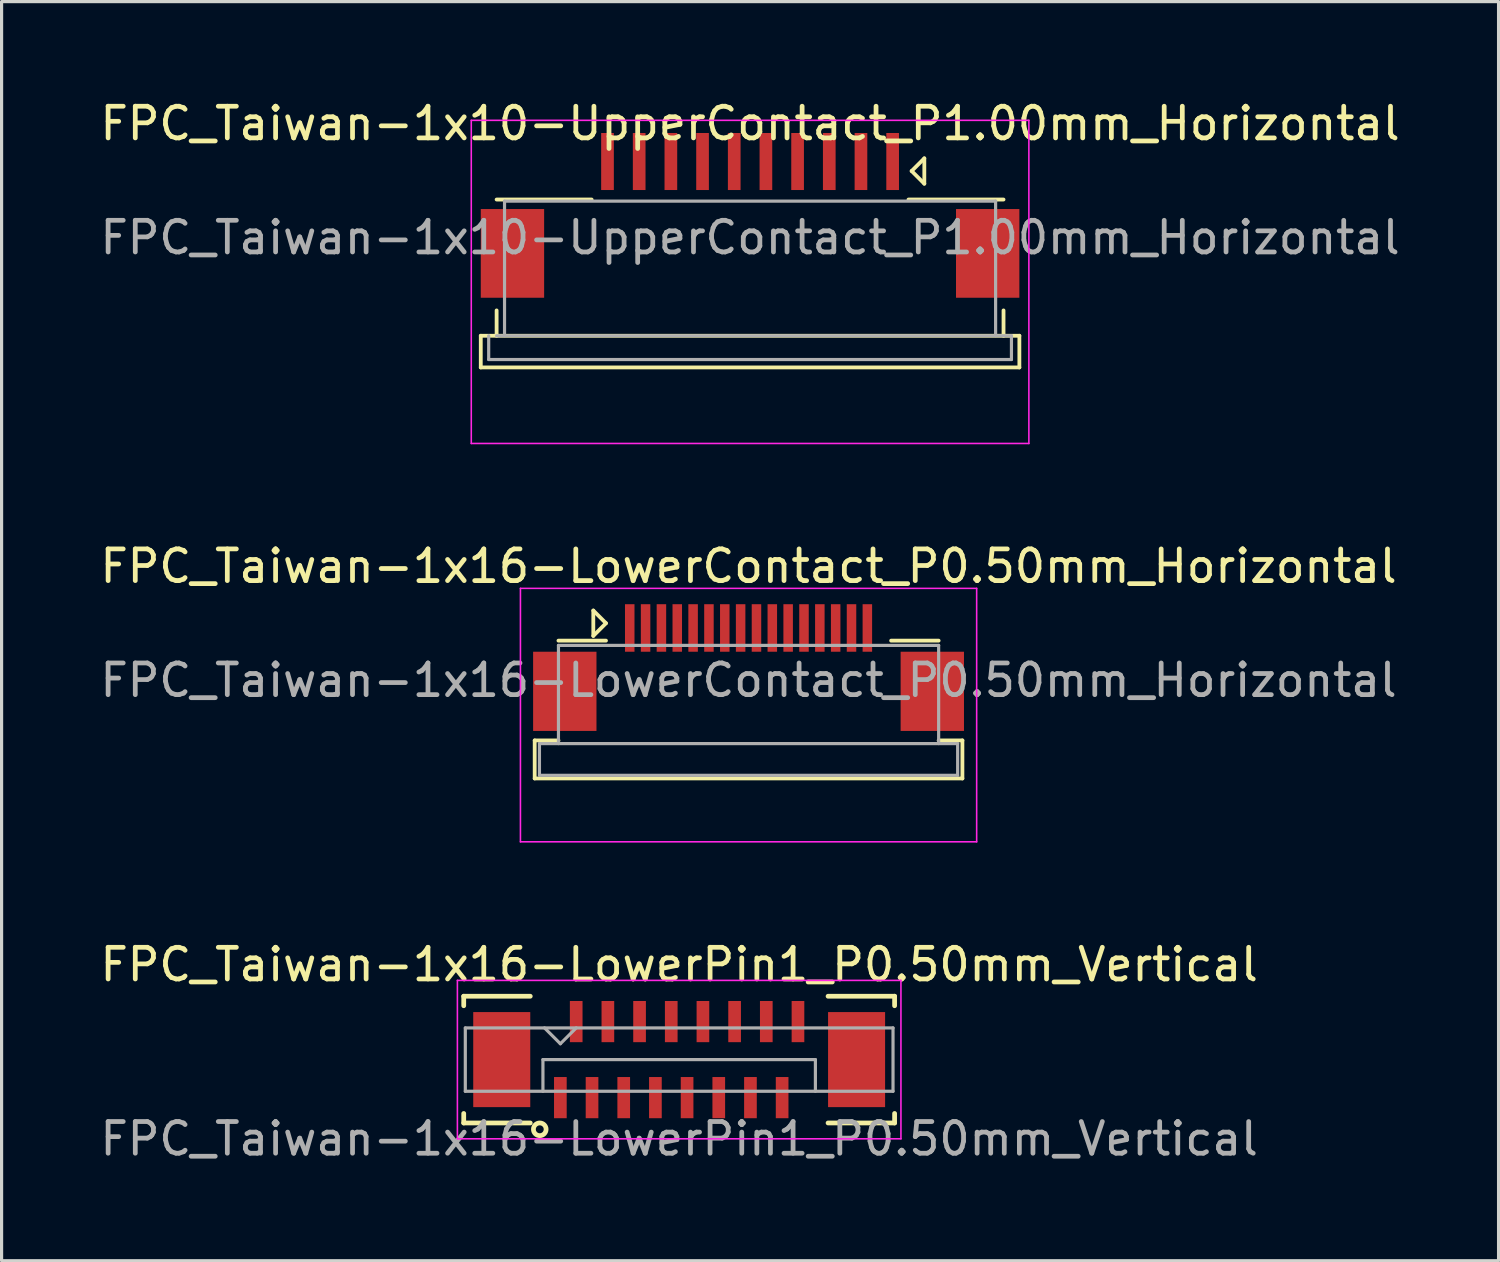
<source format=kicad_pcb>
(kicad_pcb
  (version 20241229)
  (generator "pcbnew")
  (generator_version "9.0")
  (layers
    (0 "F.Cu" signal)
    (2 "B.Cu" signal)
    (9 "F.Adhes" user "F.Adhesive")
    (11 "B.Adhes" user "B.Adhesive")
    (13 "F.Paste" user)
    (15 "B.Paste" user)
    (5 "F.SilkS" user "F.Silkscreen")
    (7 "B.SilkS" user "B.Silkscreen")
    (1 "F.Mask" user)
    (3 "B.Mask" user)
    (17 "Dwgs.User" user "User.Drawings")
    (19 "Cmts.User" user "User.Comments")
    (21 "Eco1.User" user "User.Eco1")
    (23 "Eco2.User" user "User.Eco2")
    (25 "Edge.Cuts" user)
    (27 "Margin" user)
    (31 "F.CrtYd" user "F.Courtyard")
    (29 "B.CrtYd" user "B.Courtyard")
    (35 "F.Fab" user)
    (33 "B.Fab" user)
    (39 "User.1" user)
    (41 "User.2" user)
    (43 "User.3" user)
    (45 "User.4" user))
  (footprint "FPC_Taiwan-1x16-LowerContact_P0.50mm_Horizontal"
    (layer "F.Cu")
    (at 20.577 18.521)
    (property "Reference" "FPC_Taiwan-1x16-LowerContact_P0.50mm_Horizontal" (at 0 -3.7 0) (layer "F.SilkS") (effects (font (size 1 1) (thickness 0.15))))
    (attr smd)
    (fp_line (start -6.75 1.8) (end -6.75 3) (stroke (width 0.12) (type solid)) (layer "F.SilkS"))
    (fp_line (start -6.75 1.8) (end -6 1.8) (stroke (width 0.12) (type solid)) (layer "F.SilkS"))
    (fp_line (start -6.75 3) (end 6.75 3) (stroke (width 0.12) (type solid)) (layer "F.SilkS"))
    (fp_line (start -4.9 -2.3) (end -4.5 -1.9) (stroke (width 0.12) (type solid)) (layer "F.SilkS"))
    (fp_line (start -4.9 -1.5) (end -4.9 -2.3) (stroke (width 0.12) (type solid)) (layer "F.SilkS"))
    (fp_line (start -4.5 -1.9) (end -4.9 -1.5) (stroke (width 0.12) (type solid)) (layer "F.SilkS"))
    (fp_line (start -4.5 -1.35) (end -6 -1.35) (stroke (width 0.12) (type solid)) (layer "F.SilkS"))
    (fp_line (start 4.5 -1.35) (end 6 -1.35) (stroke (width 0.12) (type solid)) (layer "F.SilkS"))
    (fp_line (start 6 1.8) (end 6.75 1.8) (stroke (width 0.12) (type solid)) (layer "F.SilkS"))
    (fp_line (start 6.75 3) (end 6.75 1.8) (stroke (width 0.12) (type solid)) (layer "F.SilkS"))
    (fp_line (start -7.2 -3) (end -7.2 5) (stroke (width 0.05) (type solid)) (layer "F.CrtYd"))
    (fp_line (start -7.2 5) (end 7.2 5) (stroke (width 0.05) (type solid)) (layer "F.CrtYd"))
    (fp_line (start 7.2 -3) (end -7.2 -3) (stroke (width 0.05) (type solid)) (layer "F.CrtYd"))
    (fp_line (start 7.2 5) (end 7.2 -3) (stroke (width 0.05) (type solid)) (layer "F.CrtYd"))
    (fp_line (start -6.6 1.9) (end -6.6 2.9) (stroke (width 0.1) (type solid)) (layer "F.Fab"))
    (fp_line (start -6.6 1.9) (end 6.6 1.9) (stroke (width 0.1) (type solid)) (layer "F.Fab"))
    (fp_line (start -6 -1.2) (end -6 1.9) (stroke (width 0.1) (type solid)) (layer "F.Fab"))
    (fp_line (start 6 -1.2) (end -6 -1.2) (stroke (width 0.1) (type solid)) (layer "F.Fab"))
    (fp_line (start 6 -1.2) (end 6 1.9) (stroke (width 0.1) (type solid)) (layer "F.Fab"))
    (fp_line (start 6.6 1.9) (end 6.6 2.9) (stroke (width 0.1) (type solid)) (layer "F.Fab"))
    (fp_line (start 6.6 2.9) (end -6.6 2.9) (stroke (width 0.1) (type solid)) (layer "F.Fab"))
    (fp_text user "${REFERENCE}" (at 0 -0.1 0) (layer "F.Fab") (effects (font (size 1 1) (thickness 0.15))))
    (pad "1" smd rect (at -3.75 -1.75) (size 0.3 1.5) (layers "F.Cu" "F.Mask" "F.Paste"))
    (pad "2" smd rect (at -3.25 -1.75) (size 0.3 1.5) (layers "F.Cu" "F.Mask" "F.Paste"))
    (pad "3" smd rect (at -2.75 -1.75) (size 0.3 1.5) (layers "F.Cu" "F.Mask" "F.Paste"))
    (pad "4" smd rect (at -2.25 -1.75) (size 0.3 1.5) (layers "F.Cu" "F.Mask" "F.Paste"))
    (pad "5" smd rect (at -1.75 -1.75) (size 0.3 1.5) (layers "F.Cu" "F.Mask" "F.Paste"))
    (pad "6" smd rect (at -1.25 -1.75) (size 0.3 1.5) (layers "F.Cu" "F.Mask" "F.Paste"))
    (pad "7" smd rect (at -0.75 -1.75) (size 0.3 1.5) (layers "F.Cu" "F.Mask" "F.Paste"))
    (pad "8" smd rect (at -0.25 -1.75) (size 0.3 1.5) (layers "F.Cu" "F.Mask" "F.Paste"))
    (pad "9" smd rect (at 0.25 -1.75) (size 0.3 1.5) (layers "F.Cu" "F.Mask" "F.Paste"))
    (pad "10" smd rect (at 0.75 -1.75) (size 0.3 1.5) (layers "F.Cu" "F.Mask" "F.Paste"))
    (pad "11" smd rect (at 1.25 -1.75) (size 0.3 1.5) (layers "F.Cu" "F.Mask" "F.Paste"))
    (pad "12" smd rect (at 1.75 -1.75) (size 0.3 1.5) (layers "F.Cu" "F.Mask" "F.Paste"))
    (pad "13" smd rect (at 2.25 -1.75) (size 0.3 1.5) (layers "F.Cu" "F.Mask" "F.Paste"))
    (pad "14" smd rect (at 2.75 -1.75) (size 0.3 1.5) (layers "F.Cu" "F.Mask" "F.Paste"))
    (pad "15" smd rect (at 3.25 -1.75) (size 0.3 1.5) (layers "F.Cu" "F.Mask" "F.Paste"))
    (pad "16" smd rect (at 3.75 -1.75) (size 0.3 1.5) (layers "F.Cu" "F.Mask" "F.Paste"))
    (pad "MP" smd rect (at -5.8 0.25) (size 2 2.5) (layers "F.Cu" "F.Mask" "F.Paste"))
    (pad "MP" smd rect (at 5.8 0.25) (size 2 2.5) (layers "F.Cu" "F.Mask" "F.Paste")))
  (footprint "FPC_Taiwan-1x16-LowerPin1_P0.50mm_Vertical"
    (layer "F.Cu")
    (at 18.387 30.395)
    (property "Reference" "FPC_Taiwan-1x16-LowerPin1_P0.50mm_Vertical" (at 0 -3 0) (layer "F.SilkS") (effects (font (size 1 1) (thickness 0.15))))
    (attr smd)
    (fp_line (start -6.8 -2) (end -6.8 -1.7) (stroke (width 0.15) (type solid)) (layer "F.SilkS"))
    (fp_line (start -6.8 1.7) (end -6.8 2) (stroke (width 0.15) (type solid)) (layer "F.SilkS"))
    (fp_line (start -6.8 2) (end -4.7 2) (stroke (width 0.15) (type solid)) (layer "F.SilkS"))
    (fp_line (start -4.7 -2) (end -6.8 -2) (stroke (width 0.15) (type solid)) (layer "F.SilkS"))
    (fp_line (start 4.7 -2) (end 6.8 -2) (stroke (width 0.15) (type solid)) (layer "F.SilkS"))
    (fp_line (start 4.7 2) (end 6.8 2) (stroke (width 0.15) (type solid)) (layer "F.SilkS"))
    (fp_line (start 6.8 -2) (end 6.8 -1.7) (stroke (width 0.15) (type solid)) (layer "F.SilkS"))
    (fp_line (start 6.8 1.7) (end 6.8 2) (stroke (width 0.15) (type solid)) (layer "F.SilkS"))
    (fp_circle (center -4.4 2.2) (end -4.2 2.2) (stroke (width 0.15) (type solid)) (fill no) (layer "F.SilkS"))
    (fp_line (start -7 -2.5) (end -7 2.5) (stroke (width 0.05) (type solid)) (layer "F.CrtYd"))
    (fp_line (start -7 2.5) (end 7 2.5) (stroke (width 0.05) (type solid)) (layer "F.CrtYd"))
    (fp_line (start 7 -2.5) (end -7 -2.5) (stroke (width 0.05) (type solid)) (layer "F.CrtYd"))
    (fp_line (start 7 2.5) (end 7 -2.5) (stroke (width 0.05) (type solid)) (layer "F.CrtYd"))
    (fp_line (start -6.75 -1) (end -6.75 1) (stroke (width 0.1) (type solid)) (layer "F.Fab"))
    (fp_line (start -6.75 1) (end 6.75 1) (stroke (width 0.1) (type solid)) (layer "F.Fab"))
    (fp_line (start -4.3 0) (end 4.3 0) (stroke (width 0.1) (type solid)) (layer "F.Fab"))
    (fp_line (start -4.3 1) (end -4.3 0) (stroke (width 0.1) (type solid)) (layer "F.Fab"))
    (fp_line (start -4.25 -1) (end -3.75 -0.5) (stroke (width 0.1) (type solid)) (layer "F.Fab"))
    (fp_line (start -3.75 -0.5) (end -3.25 -1) (stroke (width 0.1) (type solid)) (layer "F.Fab"))
    (fp_line (start 4.3 1) (end 4.3 0) (stroke (width 0.1) (type solid)) (layer "F.Fab"))
    (fp_line (start 6.75 -1) (end -6.75 -1) (stroke (width 0.1) (type solid)) (layer "F.Fab"))
    (fp_line (start 6.75 -1) (end 6.75 1) (stroke (width 0.1) (type solid)) (layer "F.Fab"))
    (fp_text user "${REFERENCE}" (at 0 2.5 0) (layer "F.Fab") (effects (font (size 1 1) (thickness 0.15))))
    (pad "1" smd rect (at -3.75 1.2) (size 0.4 1.3) (layers "F.Cu" "F.Mask" "F.Paste"))
    (pad "2" smd rect (at -3.25 -1.2) (size 0.4 1.3) (layers "F.Cu" "F.Mask" "F.Paste"))
    (pad "3" smd rect (at -2.75 1.2) (size 0.4 1.3) (layers "F.Cu" "F.Mask" "F.Paste"))
    (pad "4" smd rect (at -2.25 -1.2) (size 0.4 1.3) (layers "F.Cu" "F.Mask" "F.Paste"))
    (pad "5" smd rect (at -1.75 1.2) (size 0.4 1.3) (layers "F.Cu" "F.Mask" "F.Paste"))
    (pad "6" smd rect (at -1.25 -1.2) (size 0.4 1.3) (layers "F.Cu" "F.Mask" "F.Paste"))
    (pad "7" smd rect (at -0.75 1.2) (size 0.4 1.3) (layers "F.Cu" "F.Mask" "F.Paste"))
    (pad "8" smd rect (at -0.25 -1.2) (size 0.4 1.3) (layers "F.Cu" "F.Mask" "F.Paste"))
    (pad "9" smd rect (at 0.25 1.2) (size 0.4 1.3) (layers "F.Cu" "F.Mask" "F.Paste"))
    (pad "10" smd rect (at 0.75 -1.2) (size 0.4 1.3) (layers "F.Cu" "F.Mask" "F.Paste"))
    (pad "11" smd rect (at 1.25 1.2) (size 0.4 1.3) (layers "F.Cu" "F.Mask" "F.Paste"))
    (pad "12" smd rect (at 1.75 -1.2) (size 0.4 1.3) (layers "F.Cu" "F.Mask" "F.Paste"))
    (pad "13" smd rect (at 2.25 1.2) (size 0.4 1.3) (layers "F.Cu" "F.Mask" "F.Paste"))
    (pad "14" smd rect (at 2.75 -1.2) (size 0.4 1.3) (layers "F.Cu" "F.Mask" "F.Paste"))
    (pad "15" smd rect (at 3.25 1.2) (size 0.4 1.3) (layers "F.Cu" "F.Mask" "F.Paste"))
    (pad "16" smd rect (at 3.75 -1.2) (size 0.4 1.3) (layers "F.Cu" "F.Mask" "F.Paste"))
    (pad "MP" smd rect (at -5.6 0) (size 1.8 3) (layers "F.Cu" "F.Mask" "F.Paste"))
    (pad "MP" smd rect (at 5.6 0) (size 1.8 3) (layers "F.Cu" "F.Mask" "F.Paste")))
  (footprint "FPC_Taiwan-1x10-UpperContact_P1.00mm_Horizontal"
    (layer "F.Cu")
    (at 20.625 4.548)
    (property "Reference" "FPC_Taiwan-1x10-UpperContact_P1.00mm_Horizontal" (at 0 -3.7 0) (layer "F.SilkS") (effects (font (size 1 1) (thickness 0.15))))
    (attr smd)
    (fp_line (start -8.5 3) (end -8.5 4) (stroke (width 0.12) (type solid)) (layer "F.SilkS"))
    (fp_line (start -8.5 3) (end 8.5 3) (stroke (width 0.12) (type solid)) (layer "F.SilkS"))
    (fp_line (start -8.5 4) (end 8.5 4) (stroke (width 0.12) (type solid)) (layer "F.SilkS"))
    (fp_line (start -8 2.2) (end -8 3) (stroke (width 0.12) (type solid)) (layer "F.SilkS"))
    (fp_line (start -5 -1.3) (end -8 -1.3) (stroke (width 0.12) (type solid)) (layer "F.SilkS"))
    (fp_line (start 5 -1.3) (end 8 -1.3) (stroke (width 0.12) (type solid)) (layer "F.SilkS"))
    (fp_line (start 5.1 -2.2) (end 5.5 -1.8) (stroke (width 0.12) (type solid)) (layer "F.SilkS"))
    (fp_line (start 5.5 -2.6) (end 5.1 -2.2) (stroke (width 0.12) (type solid)) (layer "F.SilkS"))
    (fp_line (start 5.5 -1.8) (end 5.5 -2.6) (stroke (width 0.12) (type solid)) (layer "F.SilkS"))
    (fp_line (start 8 2.2) (end 8 3) (stroke (width 0.12) (type solid)) (layer "F.SilkS"))
    (fp_line (start 8.5 4) (end 8.5 3) (stroke (width 0.12) (type solid)) (layer "F.SilkS"))
    (fp_line (start -8.8 -3.8) (end -8.8 6.4) (stroke (width 0.05) (type solid)) (layer "F.CrtYd"))
    (fp_line (start -8.8 6.4) (end 8.8 6.4) (stroke (width 0.05) (type solid)) (layer "F.CrtYd"))
    (fp_line (start 8.8 -3.8) (end -8.8 -3.8) (stroke (width 0.05) (type solid)) (layer "F.CrtYd"))
    (fp_line (start 8.8 6.4) (end 8.8 -3.8) (stroke (width 0.05) (type solid)) (layer "F.CrtYd"))
    (fp_line (start -8.25 3) (end -8.25 3.75) (stroke (width 0.1) (type solid)) (layer "F.Fab"))
    (fp_line (start -8 3) (end 8.25 3) (stroke (width 0.1) (type solid)) (layer "F.Fab"))
    (fp_line (start -7.75 -1.25) (end -7.75 3) (stroke (width 0.1) (type solid)) (layer "F.Fab"))
    (fp_line (start 7.75 -1.25) (end -7.75 -1.25) (stroke (width 0.1) (type solid)) (layer "F.Fab"))
    (fp_line (start 7.75 -1.25) (end 7.75 3) (stroke (width 0.1) (type solid)) (layer "F.Fab"))
    (fp_line (start 8.25 3) (end 8.25 3.75) (stroke (width 0.1) (type solid)) (layer "F.Fab"))
    (fp_line (start 8.25 3.75) (end -8.25 3.75) (stroke (width 0.1) (type solid)) (layer "F.Fab"))
    (fp_text user "${REFERENCE}" (at 0 -0.1 0) (layer "F.Fab") (effects (font (size 1 1) (thickness 0.15))))
    (pad "1" smd rect (at 4.5 -2.5) (size 0.4 1.8) (layers "F.Cu" "F.Mask" "F.Paste"))
    (pad "2" smd rect (at 3.5 -2.5) (size 0.4 1.8) (layers "F.Cu" "F.Mask" "F.Paste"))
    (pad "3" smd rect (at 2.5 -2.5) (size 0.4 1.8) (layers "F.Cu" "F.Mask" "F.Paste"))
    (pad "4" smd rect (at 1.5 -2.5) (size 0.4 1.8) (layers "F.Cu" "F.Mask" "F.Paste"))
    (pad "5" smd rect (at 0.5 -2.5) (size 0.4 1.8) (layers "F.Cu" "F.Mask" "F.Paste"))
    (pad "6" smd rect (at -0.5 -2.5) (size 0.4 1.8) (layers "F.Cu" "F.Mask" "F.Paste"))
    (pad "7" smd rect (at -1.5 -2.5) (size 0.4 1.8) (layers "F.Cu" "F.Mask" "F.Paste"))
    (pad "8" smd rect (at -2.5 -2.5) (size 0.4 1.8) (layers "F.Cu" "F.Mask" "F.Paste"))
    (pad "9" smd rect (at -3.5 -2.5) (size 0.4 1.8) (layers "F.Cu" "F.Mask" "F.Paste"))
    (pad "10" smd rect (at -4.5 -2.5) (size 0.4 1.8) (layers "F.Cu" "F.Mask" "F.Paste"))
    (pad "MP" smd rect (at -7.5 0.4) (size 2 2.8) (layers "F.Cu" "F.Mask" "F.Paste"))
    (pad "MP" smd rect (at 7.5 0.4) (size 2 2.8) (layers "F.Cu" "F.Mask" "F.Paste")))
  (gr_rect
    (start -3 -3)
    (end 44.25 36.743)
    (stroke (width 0.1) (type default))
    (fill no)
    (layer "Edge.Cuts")))
</source>
